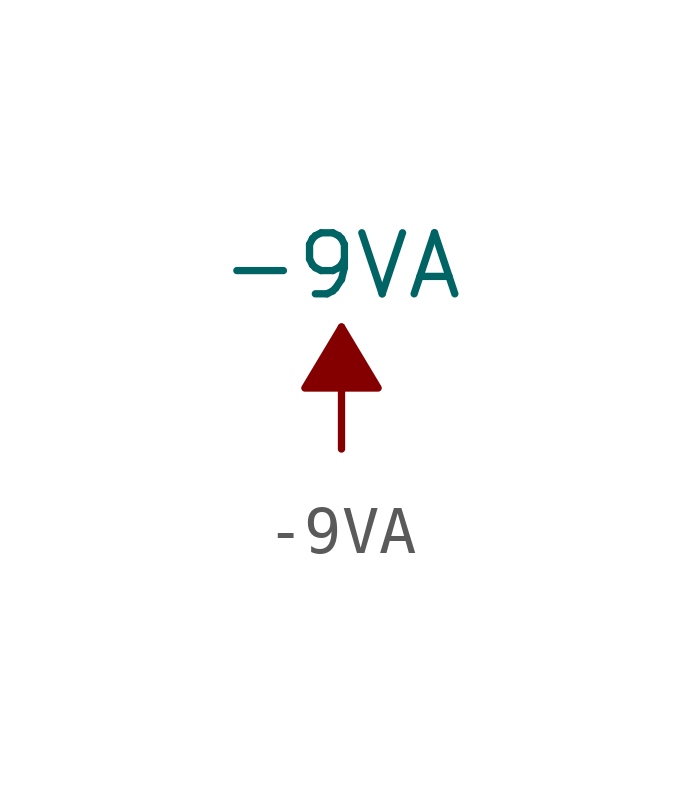
<source format=kicad_sym>
(kicad_symbol_lib
  (version 20220914)
  (generator kicad_symbol_editor)
  (symbol "-9VA"
    (power)
    (pin_names
      (offset 0))
    (property "Reference" "#PWR"
      (at 0 -3.175 0)
      (effects (font (size 1.27 1.27)) hide))
    (property "Value" "-9VA"
      (at 0 3.81 0)
      (effects (font (size 1.27 1.27))))
    (symbol "-9VA_0_1"
      (polyline (pts (xy 0 0) (xy 0 2.54)) (stroke (width 0) (type solid)) (fill (type none)))
      (polyline (pts (xy 0.762 1.27) (xy -0.762 1.27) (xy 0 2.54) (xy 0.762 1.27)) (stroke (width 0) (type solid)) (fill (type outline))))
    (symbol "-9VA_1_1"
      (pin power_in line (at 0 0 90) (length 0) hide (name "-9VA" (effects (font (size 1.27 1.27)))) (number "1" (effects (font (size 1.27 1.27))))))))
</source>
